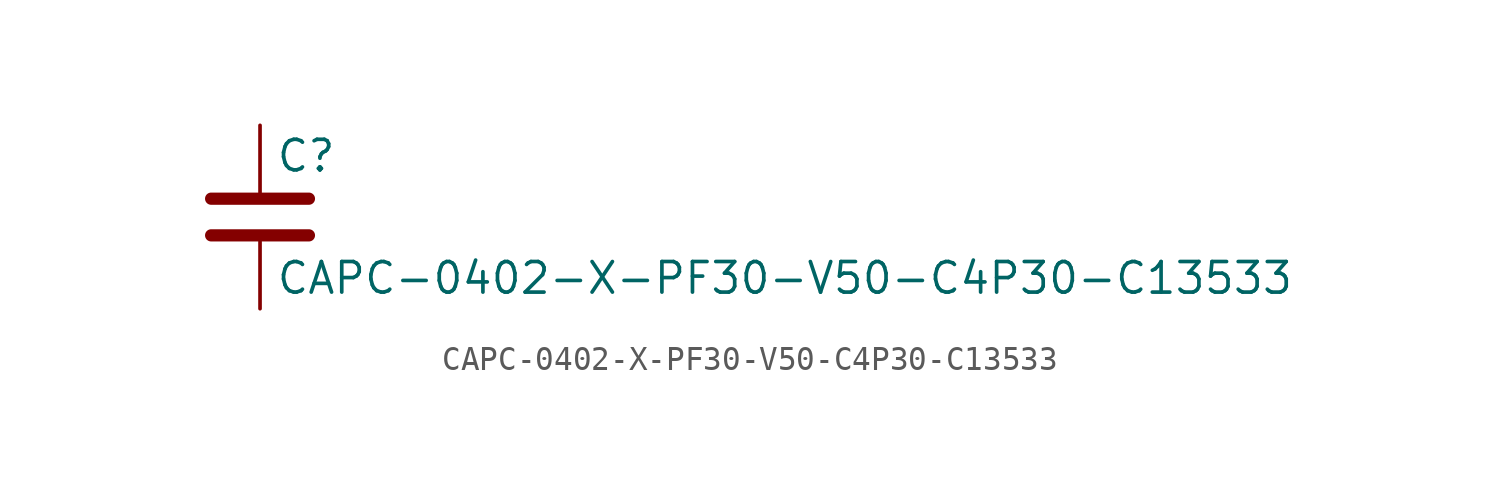
<source format=kicad_sym>
(kicad_symbol_lib
  (version 20211014)
  (generator kicad_symbol_editor)
  (symbol "CAPC-0402-X-PF30-V50-C4P30-C13533"
    (pin_numbers hide)
    (pin_names
      (offset 0.254))
    (property "Reference" "C"
      (at 0.635 2.54 0)
      (effects (font (size 1.27 1.27)) (justify left)))
    (property "Value" "CAPC-0402-X-PF30-V50-C4P30-C13533"
      (at 0.635 -2.54 0)
      (effects (font (size 1.27 1.27)) (justify left)))
    (symbol "CAPC-0402-X-PF30-V50-C4P30-C13533_0_1"
      (polyline (pts (xy -2.032 -0.762) (xy 2.032 -0.762)) (stroke (width 0.508) (type default) (color 0 0 0 0)) (fill (type none)))
      (polyline (pts (xy -2.032 0.762) (xy 2.032 0.762)) (stroke (width 0.508) (type default) (color 0 0 0 0)) (fill (type none))))
    (symbol "CAPC-0402-X-PF30-V50-C4P30-C13533_1_1"
      (pin passive line (at 0 3.81 270) (length 2.794) (name "~" (effects (font (size 1.27 1.27)))) (number "1" (effects (font (size 1.27 1.27)))))
      (pin passive line (at 0 -3.81 90) (length 2.794) (name "~" (effects (font (size 1.27 1.27)))) (number "2" (effects (font (size 1.27 1.27))))))))
</source>
